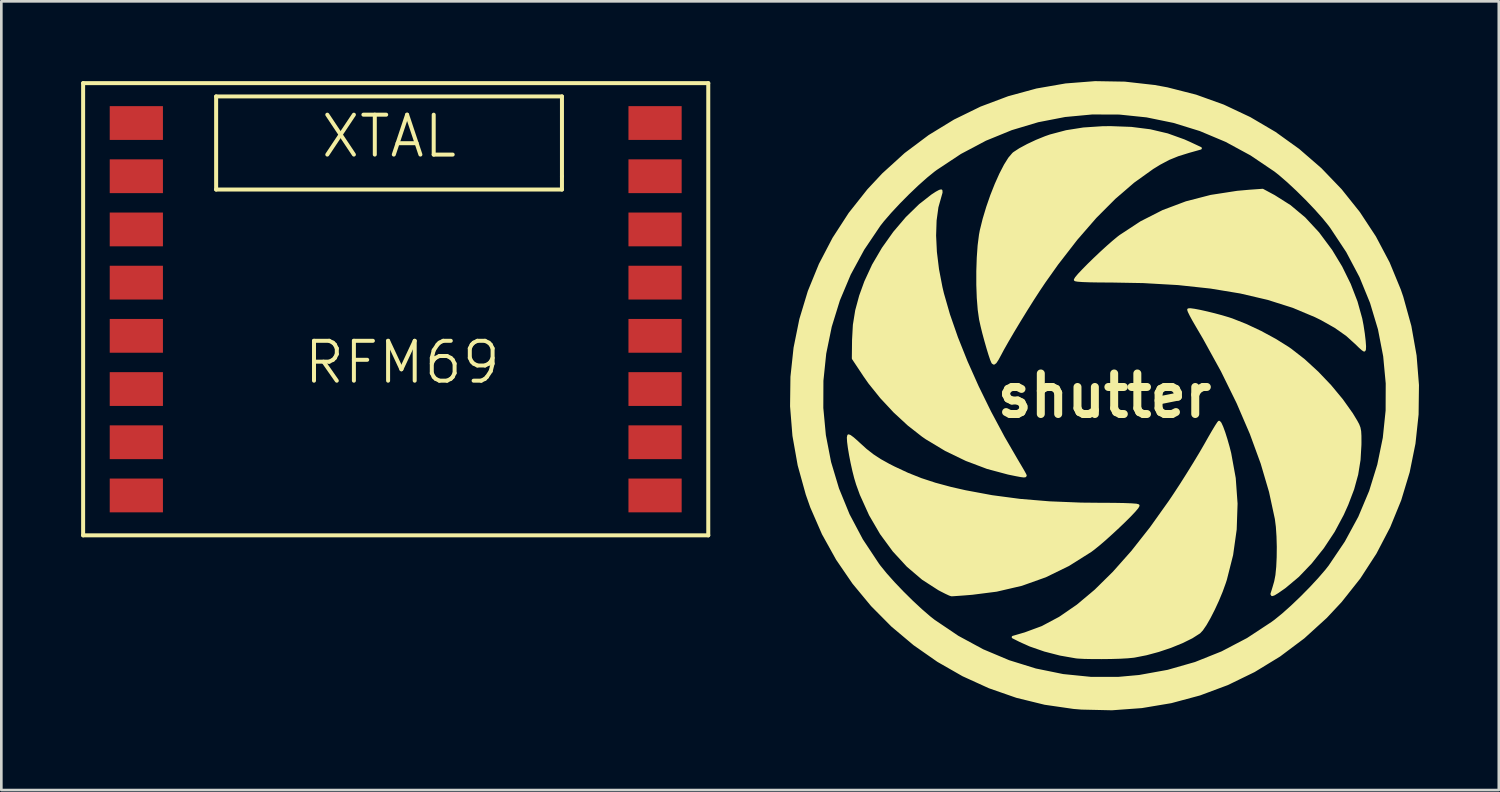
<source format=kicad_pcb>
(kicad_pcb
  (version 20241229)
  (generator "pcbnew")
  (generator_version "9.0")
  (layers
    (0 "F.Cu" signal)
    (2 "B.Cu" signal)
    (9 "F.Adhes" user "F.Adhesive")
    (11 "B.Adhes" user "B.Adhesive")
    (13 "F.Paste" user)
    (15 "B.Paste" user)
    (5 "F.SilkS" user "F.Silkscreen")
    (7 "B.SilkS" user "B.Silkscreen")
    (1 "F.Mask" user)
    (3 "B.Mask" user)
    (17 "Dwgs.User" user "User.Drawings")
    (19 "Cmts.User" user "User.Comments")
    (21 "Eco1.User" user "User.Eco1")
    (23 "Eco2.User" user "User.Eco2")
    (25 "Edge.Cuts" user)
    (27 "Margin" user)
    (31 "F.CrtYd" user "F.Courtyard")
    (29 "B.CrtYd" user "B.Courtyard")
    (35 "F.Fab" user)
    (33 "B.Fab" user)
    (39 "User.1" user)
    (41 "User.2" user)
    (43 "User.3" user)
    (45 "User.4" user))
  (footprint "RFM69"
    (layer "F.Cu")
    (at 12.075 8.575)
    (property "Reference" "RFM69" (at 0 2 0) (layer "F.SilkS") (effects (font (size 1.5 1.5) (thickness 0.15))))
    (attr through_hole)
    (fp_line (start -12 -8.5) (end 11.5 -8.5) (stroke (width 0.15) (type solid)) (layer "F.SilkS"))
    (fp_line (start -12 8.5) (end -12 -8.5) (stroke (width 0.15) (type solid)) (layer "F.SilkS"))
    (fp_line (start -7 -8) (end 6 -8) (stroke (width 0.15) (type solid)) (layer "F.SilkS"))
    (fp_line (start -7 -4.5) (end -7 -8) (stroke (width 0.15) (type solid)) (layer "F.SilkS"))
    (fp_line (start 6 -8) (end 6 -5) (stroke (width 0.15) (type solid)) (layer "F.SilkS"))
    (fp_line (start 6 -5) (end 6 -4.5) (stroke (width 0.15) (type solid)) (layer "F.SilkS"))
    (fp_line (start 6 -4.5) (end -7 -4.5) (stroke (width 0.15) (type solid)) (layer "F.SilkS"))
    (fp_line (start 11.5 -8.5) (end 11.5 8.5) (stroke (width 0.15) (type solid)) (layer "F.SilkS"))
    (fp_line (start 11.5 8.5) (end -12 8.5) (stroke (width 0.15) (type solid)) (layer "F.SilkS"))
    (fp_text user "XTAL" (at -0.5 -6.5 0) (layer "F.SilkS") (effects (font (size 1.5 1.5) (thickness 0.15))))
    (pad "1" smd rect (at -10 -7) (size 2 1.27) (layers "F.Cu" "F.Mask" "F.Paste"))
    (pad "2" smd rect (at -10 -5) (size 2 1.27) (layers "F.Cu" "F.Mask" "F.Paste"))
    (pad "3" smd rect (at -10 -3) (size 2 1.27) (layers "F.Cu" "F.Mask" "F.Paste"))
    (pad "4" smd rect (at -10 -1) (size 2 1.27) (layers "F.Cu" "F.Mask" "F.Paste"))
    (pad "5" smd rect (at -10 1) (size 2 1.27) (layers "F.Cu" "F.Mask" "F.Paste"))
    (pad "6" smd rect (at -10 3) (size 2 1.27) (layers "F.Cu" "F.Mask" "F.Paste"))
    (pad "7" smd rect (at -10 5) (size 2 1.27) (layers "F.Cu" "F.Mask" "F.Paste"))
    (pad "8" smd rect (at -10 7) (size 2 1.27) (layers "F.Cu" "F.Mask" "F.Paste"))
    (pad "9" smd rect (at 9.5 7) (size 2 1.27) (layers "F.Cu" "F.Mask" "F.Paste"))
    (pad "10" smd rect (at 9.5 5) (size 2 1.27) (layers "F.Cu" "F.Mask" "F.Paste"))
    (pad "11" smd rect (at 9.5 3) (size 2 1.27) (layers "F.Cu" "F.Mask" "F.Paste"))
    (pad "12" smd rect (at 9.5 1) (size 2 1.27) (layers "F.Cu" "F.Mask" "F.Paste"))
    (pad "13" smd rect (at 9.5 -1) (size 2 1.27) (layers "F.Cu" "F.Mask" "F.Paste"))
    (pad "14" smd rect (at 9.5 -3) (size 2 1.27) (layers "F.Cu" "F.Mask" "F.Paste"))
    (pad "15" smd rect (at 9.5 -5) (size 2 1.27) (layers "F.Cu" "F.Mask" "F.Paste"))
    (pad "16" smd rect (at 9.5 -7) (size 2 1.27) (layers "F.Cu" "F.Mask" "F.Paste")))
  (footprint "shutter"
    (layer "F.Cu")
    (at 38.471 11.824)
    (property "Reference" "shutter" (at 0 0 0) (layer "F.SilkS") (effects (font (size 1.524 1.524) (thickness 0.3))))
    (attr through_hole)
    (fp_poly (pts (xy 9.782 -1.856) (xy 9.777 -1.735) (xy 9.761 -1.708) (xy 9.704 -1.745) (xy 9.597 -1.84) (xy 9.474 -1.961) (xy 9.113 -2.287) (xy 8.678 -2.592) (xy 8.155 -2.887) (xy 7.927 -2.999) (xy 7.083 -3.352) (xy 6.146 -3.649) (xy 5.115 -3.89) (xy 3.989 -4.076) (xy 2.769 -4.207) (xy 1.454 -4.282) (xy 0.264 -4.303) (xy -0.18 -4.305) (xy -0.545 -4.311) (xy -0.824 -4.321) (xy -1.011 -4.335) (xy -1.097 -4.351) (xy -1.102 -4.357) (xy -1.063 -4.424) (xy -0.956 -4.551) (xy -0.794 -4.722) (xy -0.593 -4.926) (xy -0.366 -5.147) (xy -0.127 -5.373) (xy 0.109 -5.589) (xy 0.328 -5.781) (xy 0.516 -5.937) (xy 0.596 -5.998) (xy 1.377 -6.511) (xy 2.201 -6.93) (xy 3.073 -7.258) (xy 4.001 -7.498) (xy 4.992 -7.651) (xy 5.437 -7.691) (xy 5.943 -7.727) (xy 6.374 -7.495) (xy 6.964 -7.122) (xy 7.513 -6.662) (xy 8.028 -6.106) (xy 8.515 -5.451) (xy 8.889 -4.833) (xy 9.209 -4.182) (xy 9.463 -3.525) (xy 9.64 -2.889) (xy 9.687 -2.645) (xy 9.736 -2.326) (xy 9.767 -2.058) (xy 9.782 -1.856)) (stroke (width 0.1) (type solid)) (fill yes) (layer "F.SilkS"))
    (fp_poly (pts (xy -2.975 3.001) (xy -2.988 3.02) (xy -3.038 3.024) (xy -3.143 3.011) (xy -3.319 2.978) (xy -3.583 2.924) (xy -3.617 2.917) (xy -4.4 2.707) (xy -5.193 2.408) (xy -5.965 2.035) (xy -6.687 1.601) (xy -6.832 1.501) (xy -7.361 1.087) (xy -7.891 0.598) (xy -8.39 0.063) (xy -8.831 -0.485) (xy -9.011 -0.742) (xy -9.449 -1.401) (xy -9.441 -2.092) (xy -9.41 -2.658) (xy -9.323 -3.199) (xy -9.174 -3.75) (xy -8.984 -4.275) (xy -8.692 -4.907) (xy -8.325 -5.532) (xy -7.899 -6.131) (xy -7.431 -6.681) (xy -6.936 -7.162) (xy -6.476 -7.522) (xy -6.319 -7.624) (xy -6.199 -7.689) (xy -6.142 -7.703) (xy -6.142 -7.703) (xy -6.139 -7.637) (xy -6.173 -7.518) (xy -6.174 -7.515) (xy -6.293 -7.093) (xy -6.362 -6.589) (xy -6.381 -6.019) (xy -6.351 -5.399) (xy -6.271 -4.746) (xy -6.142 -4.074) (xy -6.086 -3.837) (xy -5.857 -3.04) (xy -5.558 -2.18) (xy -5.196 -1.274) (xy -4.778 -0.337) (xy -4.311 0.616) (xy -3.802 1.568) (xy -3.298 2.436) (xy -3.17 2.652) (xy -3.065 2.831) (xy -2.997 2.954) (xy -2.975 3.001)) (stroke (width 0.1) (type solid)) (fill yes) (layer "F.SilkS"))
    (fp_poly (pts (xy 4.952 4.062) (xy 4.919 5.028) (xy 4.785 5.983) (xy 4.55 6.911) (xy 4.513 7.025) (xy 4.395 7.353) (xy 4.253 7.695) (xy 4.098 8.029) (xy 3.941 8.337) (xy 3.791 8.599) (xy 3.658 8.793) (xy 3.563 8.895) (xy 3.277 9.078) (xy 2.908 9.26) (xy 2.482 9.433) (xy 2.026 9.586) (xy 1.566 9.71) (xy 1.128 9.796) (xy 1.078 9.803) (xy 0.869 9.823) (xy 0.583 9.839) (xy 0.248 9.849) (xy -0.107 9.853) (xy -0.452 9.852) (xy -0.758 9.846) (xy -0.997 9.833) (xy -1.074 9.825) (xy -1.662 9.722) (xy -2.248 9.571) (xy -2.793 9.382) (xy -3.166 9.215) (xy -3.439 9.078) (xy -2.985 8.946) (xy -2.338 8.707) (xy -1.681 8.357) (xy -1.014 7.899) (xy -0.338 7.332) (xy 0.348 6.656) (xy 1.043 5.873) (xy 1.746 4.981) (xy 2.458 3.982) (xy 2.636 3.717) (xy 2.877 3.349) (xy 3.131 2.948) (xy 3.381 2.544) (xy 3.608 2.168) (xy 3.792 1.851) (xy 3.802 1.833) (xy 3.956 1.561) (xy 4.093 1.325) (xy 4.204 1.142) (xy 4.279 1.027) (xy 4.307 0.994) (xy 4.35 1.043) (xy 4.413 1.18) (xy 4.489 1.386) (xy 4.571 1.645) (xy 4.654 1.936) (xy 4.712 2.164) (xy 4.883 3.102) (xy 4.952 4.062)) (stroke (width 0.1) (type solid)) (fill yes) (layer "F.SilkS"))
    (fp_poly (pts (xy 9.609 1.761) (xy 9.608 1.846) (xy 9.575 2.412) (xy 9.487 2.957) (xy 9.336 3.507) (xy 9.115 4.088) (xy 8.947 4.461) (xy 8.608 5.095) (xy 8.204 5.706) (xy 7.753 6.273) (xy 7.272 6.775) (xy 6.777 7.19) (xy 6.715 7.234) (xy 6.506 7.379) (xy 6.372 7.461) (xy 6.304 7.485) (xy 6.288 7.456) (xy 6.302 7.409) (xy 6.333 7.313) (xy 6.382 7.15) (xy 6.43 6.982) (xy 6.474 6.75) (xy 6.505 6.437) (xy 6.522 6.071) (xy 6.526 5.678) (xy 6.515 5.287) (xy 6.491 4.926) (xy 6.453 4.628) (xy 6.233 3.608) (xy 5.918 2.538) (xy 5.51 1.422) (xy 5.011 0.263) (xy 4.422 -0.935) (xy 3.743 -2.167) (xy 3.485 -2.607) (xy 3.353 -2.834) (xy 3.248 -3.027) (xy 3.18 -3.165) (xy 3.158 -3.231) (xy 3.159 -3.233) (xy 3.228 -3.237) (xy 3.381 -3.216) (xy 3.596 -3.175) (xy 3.853 -3.117) (xy 4.13 -3.049) (xy 4.405 -2.975) (xy 4.657 -2.9) (xy 4.787 -2.857) (xy 5.313 -2.649) (xy 5.871 -2.386) (xy 6.417 -2.09) (xy 6.907 -1.783) (xy 6.997 -1.72) (xy 7.499 -1.328) (xy 8.002 -0.866) (xy 8.484 -0.36) (xy 8.921 0.167) (xy 9.292 0.689) (xy 9.461 0.968) (xy 9.529 1.096) (xy 9.573 1.21) (xy 9.598 1.34) (xy 9.608 1.514) (xy 9.609 1.761)) (stroke (width 0.1) (type solid)) (fill yes) (layer "F.SilkS"))
    (fp_poly (pts (xy 1.267 4.134) (xy 1.228 4.203) (xy 1.119 4.331) (xy 0.955 4.505) (xy 0.749 4.71) (xy 0.516 4.933) (xy 0.27 5.161) (xy 0.026 5.382) (xy -0.204 5.58) (xy -0.405 5.743) (xy -0.522 5.831) (xy -1.359 6.358) (xy -2.223 6.78) (xy -3.121 7.1) (xy -4.062 7.319) (xy -4.981 7.436) (xy -5.252 7.458) (xy -5.486 7.475) (xy -5.659 7.487) (xy -5.747 7.492) (xy -5.752 7.492) (xy -5.826 7.467) (xy -5.969 7.4) (xy -6.155 7.305) (xy -6.224 7.268) (xy -6.827 6.879) (xy -7.395 6.395) (xy -7.92 5.825) (xy -8.393 5.181) (xy -8.806 4.473) (xy -9.15 3.712) (xy -9.29 3.327) (xy -9.361 3.091) (xy -9.431 2.815) (xy -9.496 2.521) (xy -9.553 2.229) (xy -9.598 1.96) (xy -9.627 1.735) (xy -9.636 1.576) (xy -9.622 1.505) (xy -9.57 1.524) (xy -9.459 1.606) (xy -9.311 1.735) (xy -9.243 1.799) (xy -8.975 2.042) (xy -8.718 2.243) (xy -8.441 2.425) (xy -8.11 2.609) (xy -7.907 2.712) (xy -7.403 2.947) (xy -6.9 3.147) (xy -6.369 3.321) (xy -5.779 3.48) (xy -5.234 3.604) (xy -4.229 3.791) (xy -3.179 3.93) (xy -2.067 4.022) (xy -0.88 4.07) (xy -0.152 4.077) (xy 0.34 4.079) (xy 0.73 4.086) (xy 1.015 4.097) (xy 1.195 4.111) (xy 1.266 4.13) (xy 1.267 4.134)) (stroke (width 0.1) (type solid)) (fill yes) (layer "F.SilkS"))
    (fp_poly (pts (xy 3.609 -9.3) (xy 3.168 -9.176) (xy 2.759 -9.049) (xy 2.41 -8.907) (xy 2.069 -8.726) (xy 1.801 -8.561) (xy 1.085 -8.048) (xy 0.37 -7.432) (xy -0.347 -6.712) (xy -1.065 -5.886) (xy -1.788 -4.952) (xy -2.272 -4.27) (xy -2.477 -3.964) (xy -2.711 -3.603) (xy -2.959 -3.208) (xy -3.208 -2.803) (xy -3.445 -2.409) (xy -3.656 -2.048) (xy -3.829 -1.743) (xy -3.913 -1.584) (xy -4.025 -1.377) (xy -4.103 -1.258) (xy -4.157 -1.217) (xy -4.198 -1.242) (xy -4.205 -1.253) (xy -4.25 -1.358) (xy -4.313 -1.545) (xy -4.388 -1.79) (xy -4.467 -2.067) (xy -4.544 -2.351) (xy -4.61 -2.619) (xy -4.66 -2.844) (xy -4.665 -2.865) (xy -4.717 -3.232) (xy -4.752 -3.675) (xy -4.77 -4.167) (xy -4.77 -4.679) (xy -4.753 -5.182) (xy -4.72 -5.647) (xy -4.669 -6.046) (xy -4.639 -6.207) (xy -4.532 -6.639) (xy -4.398 -7.084) (xy -4.245 -7.525) (xy -4.078 -7.946) (xy -3.906 -8.33) (xy -3.735 -8.66) (xy -3.573 -8.919) (xy -3.426 -9.091) (xy -3.396 -9.116) (xy -3.177 -9.259) (xy -2.885 -9.416) (xy -2.555 -9.571) (xy -2.22 -9.707) (xy -2.037 -9.771) (xy -1.436 -9.93) (xy -0.792 -10.032) (xy -0.081 -10.079) (xy 0.223 -10.083) (xy 1.004 -10.054) (xy 1.711 -9.965) (xy 2.364 -9.811) (xy 2.983 -9.588) (xy 3.196 -9.493) (xy 3.609 -9.3)) (stroke (width 0.1) (type solid)) (fill yes) (layer "F.SilkS"))
    (fp_poly (pts (xy 11.771 -0.398) (xy 11.757 0.704) (xy 11.64 1.795) (xy 11.423 2.868) (xy 11.106 3.916) (xy 10.691 4.932) (xy 10.621 5.065) (xy 10.621 -0.464) (xy 10.525 -1.489) (xy 10.328 -2.504) (xy 10.029 -3.502) (xy 9.63 -4.478) (xy 9.129 -5.424) (xy 8.527 -6.333) (xy 8.464 -6.419) (xy 8.231 -6.706) (xy 7.935 -7.038) (xy 7.599 -7.39) (xy 7.246 -7.739) (xy 6.899 -8.062) (xy 6.583 -8.335) (xy 6.419 -8.464) (xy 5.513 -9.075) (xy 4.571 -9.586) (xy 3.598 -9.995) (xy 2.601 -10.303) (xy 1.588 -10.511) (xy 0.564 -10.617) (xy -0.464 -10.621) (xy -1.489 -10.525) (xy -2.504 -10.328) (xy -3.502 -10.029) (xy -4.478 -9.63) (xy -5.424 -9.129) (xy -6.333 -8.527) (xy -6.419 -8.464) (xy -6.706 -8.231) (xy -7.038 -7.935) (xy -7.39 -7.599) (xy -7.739 -7.246) (xy -8.062 -6.899) (xy -8.335 -6.583) (xy -8.464 -6.419) (xy -9.075 -5.513) (xy -9.586 -4.571) (xy -9.995 -3.598) (xy -10.303 -2.601) (xy -10.511 -1.588) (xy -10.617 -0.564) (xy -10.621 0.464) (xy -10.525 1.489) (xy -10.328 2.504) (xy -10.029 3.502) (xy -9.63 4.478) (xy -9.129 5.424) (xy -8.527 6.333) (xy -8.464 6.419) (xy -8.231 6.706) (xy -7.935 7.038) (xy -7.599 7.39) (xy -7.246 7.739) (xy -6.899 8.062) (xy -6.583 8.335) (xy -6.419 8.464) (xy -5.521 9.07) (xy -4.579 9.58) (xy -3.6 9.992) (xy -2.592 10.305) (xy -1.562 10.515) (xy -0.519 10.62) (xy 0.53 10.62) (xy 1.306 10.55) (xy 2.38 10.356) (xy 3.419 10.059) (xy 4.421 9.658) (xy 5.383 9.154) (xy 6.303 8.549) (xy 6.419 8.464) (xy 6.706 8.231) (xy 7.038 7.935) (xy 7.39 7.599) (xy 7.739 7.246) (xy 8.062 6.899) (xy 8.335 6.583) (xy 8.464 6.419) (xy 9.075 5.513) (xy 9.586 4.571) (xy 9.995 3.598) (xy 10.303 2.601) (xy 10.511 1.588) (xy 10.617 0.564) (xy 10.621 -0.464) (xy 10.621 5.065) (xy 10.18 5.91) (xy 9.575 6.843) (xy 8.877 7.724) (xy 8.32 8.32) (xy 7.476 9.087) (xy 6.573 9.764) (xy 5.619 10.346) (xy 4.618 10.833) (xy 3.577 11.221) (xy 2.502 11.51) (xy 1.399 11.695) (xy 0.275 11.777) (xy -0.864 11.751) (xy -1.157 11.727) (xy -2.242 11.57) (xy -3.301 11.31) (xy -4.328 10.952) (xy -5.315 10.502) (xy -6.256 9.964) (xy -7.145 9.343) (xy -7.975 8.646) (xy -8.739 7.876) (xy -9.432 7.04) (xy -10.046 6.143) (xy -10.576 5.189) (xy -11.014 4.184) (xy -11.183 3.704) (xy -11.486 2.609) (xy -11.682 1.504) (xy -11.771 0.398) (xy -11.757 -0.704) (xy -11.64 -1.795) (xy -11.423 -2.868) (xy -11.106 -3.916) (xy -10.691 -4.932) (xy -10.18 -5.91) (xy -9.575 -6.843) (xy -8.877 -7.724) (xy -8.32 -8.32) (xy -7.481 -9.083) (xy -6.583 -9.755) (xy -5.634 -10.335) (xy -4.64 -10.821) (xy -3.608 -11.209) (xy -2.545 -11.499) (xy -1.458 -11.688) (xy -0.354 -11.774) (xy 0.761 -11.755) (xy 1.879 -11.629) (xy 2.354 -11.542) (xy 3.429 -11.268) (xy 4.466 -10.895) (xy 5.459 -10.427) (xy 6.404 -9.871) (xy 7.292 -9.232) (xy 8.118 -8.516) (xy 8.875 -7.728) (xy 9.558 -6.873) (xy 10.159 -5.959) (xy 10.672 -4.989) (xy 11.092 -3.97) (xy 11.183 -3.704) (xy 11.486 -2.609) (xy 11.682 -1.504) (xy 11.771 -0.398)) (stroke (width 0.1) (type solid)) (fill yes) (layer "F.SilkS")))
  (gr_rect
    (start -3 -3)
    (end 53.293 26.65)
    (stroke (width 0.1) (type default))
    (fill no)
    (layer "Edge.Cuts")))
</source>
